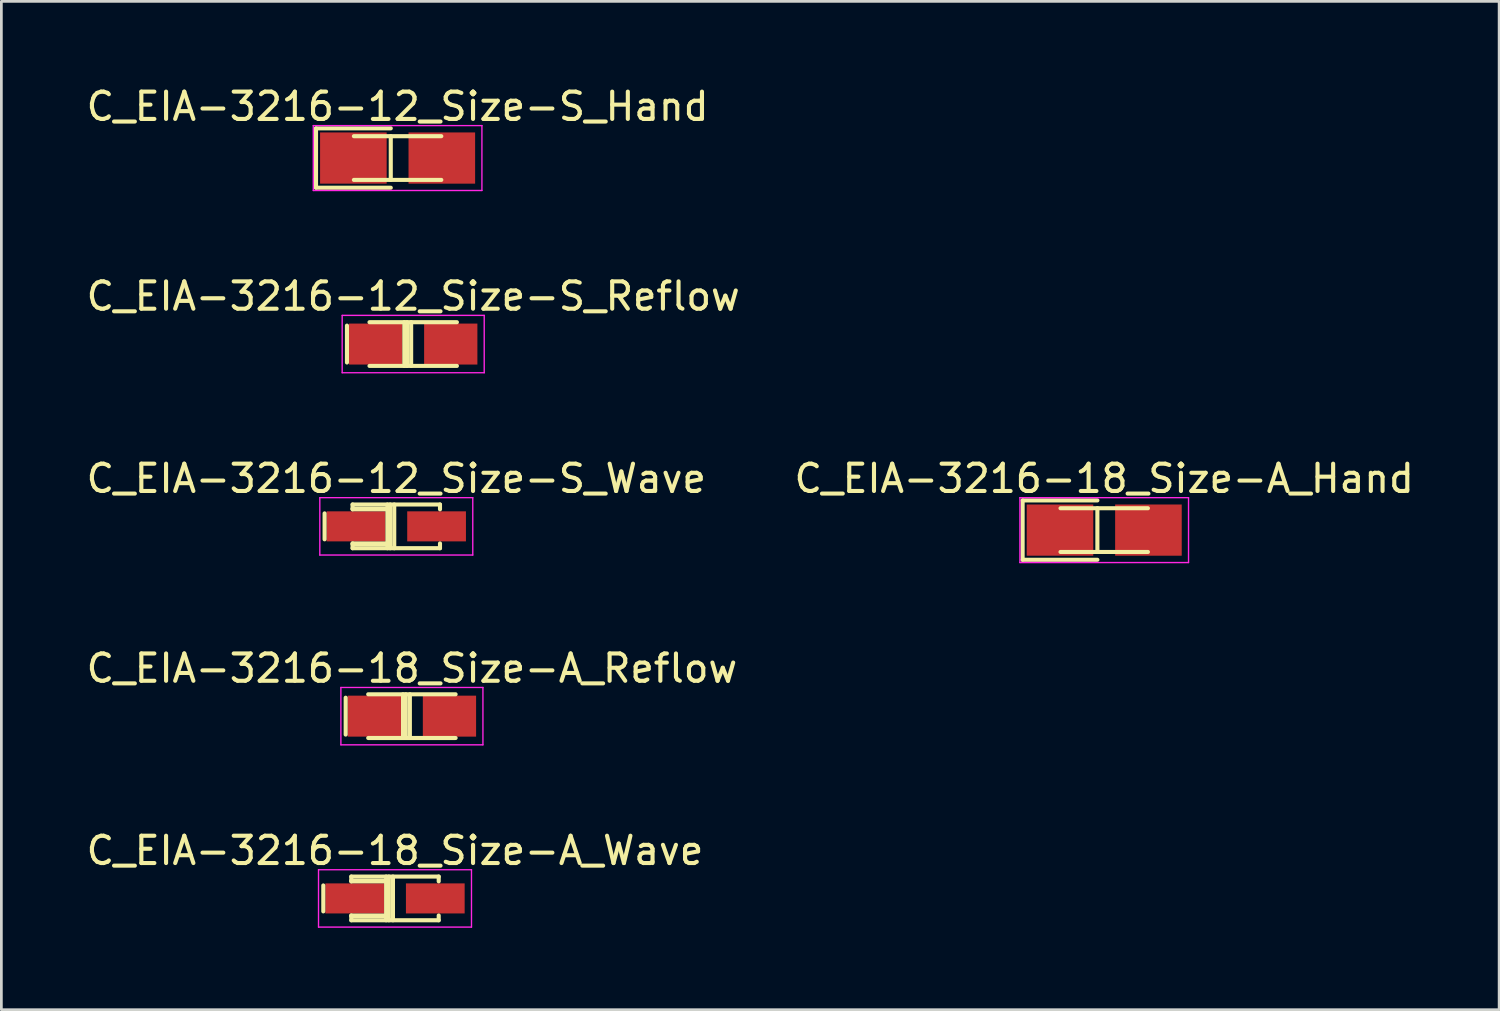
<source format=kicad_pcb>
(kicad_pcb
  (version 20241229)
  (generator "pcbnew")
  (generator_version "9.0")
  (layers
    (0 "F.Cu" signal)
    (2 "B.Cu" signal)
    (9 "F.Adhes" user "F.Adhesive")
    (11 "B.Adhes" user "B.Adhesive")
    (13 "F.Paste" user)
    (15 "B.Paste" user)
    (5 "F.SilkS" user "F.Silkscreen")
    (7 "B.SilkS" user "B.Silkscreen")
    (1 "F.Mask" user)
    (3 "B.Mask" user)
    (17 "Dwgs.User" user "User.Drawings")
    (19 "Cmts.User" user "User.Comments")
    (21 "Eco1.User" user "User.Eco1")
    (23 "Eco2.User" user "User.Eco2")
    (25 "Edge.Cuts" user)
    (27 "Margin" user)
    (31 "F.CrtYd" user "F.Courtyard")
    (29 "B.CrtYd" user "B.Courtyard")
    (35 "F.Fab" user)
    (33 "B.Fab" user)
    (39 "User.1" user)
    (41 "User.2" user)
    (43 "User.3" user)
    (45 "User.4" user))
  (footprint "C_EIA-3216-18_Size-A_Hand"
    (layer "F.Cu")
    (at 37.375 16.357)
    (property "Reference" "C_EIA-3216-18_Size-A_Hand" (at 0 -1.887 0) (layer "F.SilkS") (effects (font (size 1 1) (thickness 0.15))))
    (attr smd)
    (fp_line (start -2.987 -1.087) (end -0.25 -1.087) (stroke (width 0.15) (type solid)) (layer "F.SilkS"))
    (fp_line (start -2.987 1.087) (end -2.987 -1.087) (stroke (width 0.15) (type solid)) (layer "F.SilkS"))
    (fp_line (start -2.987 1.087) (end -0.25 1.087) (stroke (width 0.15) (type solid)) (layer "F.SilkS"))
    (fp_line (start -1.6 -0.8) (end 1.6 -0.8) (stroke (width 0.15) (type solid)) (layer "F.SilkS"))
    (fp_line (start -1.6 0.8) (end 1.6 0.8) (stroke (width 0.15) (type solid)) (layer "F.SilkS"))
    (fp_line (start -0.25 -0.8) (end -0.25 0.8) (stroke (width 0.15) (type solid)) (layer "F.SilkS"))
    (fp_line (start -3.087 -1.188) (end -3.087 1.188) (stroke (width 0.05) (type solid)) (layer "F.CrtYd"))
    (fp_line (start -3.087 -1.188) (end 3.087 -1.188) (stroke (width 0.05) (type solid)) (layer "F.CrtYd"))
    (fp_line (start -3.087 1.188) (end 3.087 1.188) (stroke (width 0.05) (type solid)) (layer "F.CrtYd"))
    (fp_line (start 3.087 -1.188) (end 3.087 1.188) (stroke (width 0.05) (type solid)) (layer "F.CrtYd"))
    (pad "1" smd rect (at -1.619 0) (size 2.438 1.875) (layers "F.Cu" "F.Mask" "F.Paste"))
    (pad "2" smd rect (at 1.619 0) (size 2.438 1.875) (layers "F.Cu" "F.Mask" "F.Paste")))
  (footprint "C_EIA-3216-18_Size-A_Reflow"
    (layer "F.Cu")
    (at 12.03 23.168)
    (property "Reference" "C_EIA-3216-18_Size-A_Reflow" (at 0 -1.75 0) (layer "F.SilkS") (effects (font (size 1 1) (thickness 0.15))))
    (attr smd)
    (fp_line (start -2.425 0.675) (end -2.425 -0.675) (stroke (width 0.15) (type solid)) (layer "F.SilkS"))
    (fp_line (start -1.6 -0.8) (end 1.6 -0.8) (stroke (width 0.15) (type solid)) (layer "F.SilkS"))
    (fp_line (start -1.6 0.8) (end 1.6 0.8) (stroke (width 0.15) (type solid)) (layer "F.SilkS"))
    (fp_line (start -0.325 -0.8) (end -0.325 0.8) (stroke (width 0.15) (type solid)) (layer "F.SilkS"))
    (fp_line (start -0.225 -0.8) (end -0.225 0.8) (stroke (width 0.15) (type solid)) (layer "F.SilkS"))
    (fp_line (start -0.075 -0.8) (end -0.075 0.8) (stroke (width 0.15) (type solid)) (layer "F.SilkS"))
    (fp_line (start -2.6 -1.05) (end -2.6 1.05) (stroke (width 0.05) (type solid)) (layer "F.CrtYd"))
    (fp_line (start -2.6 -1.05) (end 2.6 -1.05) (stroke (width 0.05) (type solid)) (layer "F.CrtYd"))
    (fp_line (start -2.6 1.05) (end 2.6 1.05) (stroke (width 0.05) (type solid)) (layer "F.CrtYd"))
    (fp_line (start 2.6 -1.05) (end 2.6 1.05) (stroke (width 0.05) (type solid)) (layer "F.CrtYd"))
    (pad "1" smd rect (at -1.375 0) (size 1.95 1.5) (layers "F.Cu" "F.Mask" "F.Paste"))
    (pad "2" smd rect (at 1.375 0) (size 1.95 1.5) (layers "F.Cu" "F.Mask" "F.Paste")))
  (footprint "C_EIA-3216-12_Size-S_Hand"
    (layer "F.Cu")
    (at 11.506 2.736)
    (property "Reference" "C_EIA-3216-12_Size-S_Hand" (at 0 -1.887 0) (layer "F.SilkS") (effects (font (size 1 1) (thickness 0.15))))
    (attr smd)
    (fp_line (start -2.987 -1.087) (end -0.25 -1.087) (stroke (width 0.15) (type solid)) (layer "F.SilkS"))
    (fp_line (start -2.987 1.087) (end -2.987 -1.087) (stroke (width 0.15) (type solid)) (layer "F.SilkS"))
    (fp_line (start -2.987 1.087) (end -0.25 1.087) (stroke (width 0.15) (type solid)) (layer "F.SilkS"))
    (fp_line (start -1.6 -0.8) (end 1.6 -0.8) (stroke (width 0.15) (type solid)) (layer "F.SilkS"))
    (fp_line (start -1.6 0.8) (end 1.6 0.8) (stroke (width 0.15) (type solid)) (layer "F.SilkS"))
    (fp_line (start -0.25 -0.8) (end -0.25 0.8) (stroke (width 0.15) (type solid)) (layer "F.SilkS"))
    (fp_line (start -3.087 -1.188) (end -3.087 1.188) (stroke (width 0.05) (type solid)) (layer "F.CrtYd"))
    (fp_line (start -3.087 -1.188) (end 3.087 -1.188) (stroke (width 0.05) (type solid)) (layer "F.CrtYd"))
    (fp_line (start -3.087 1.188) (end 3.087 1.188) (stroke (width 0.05) (type solid)) (layer "F.CrtYd"))
    (fp_line (start 3.087 -1.188) (end 3.087 1.188) (stroke (width 0.05) (type solid)) (layer "F.CrtYd"))
    (pad "1" smd rect (at -1.619 0) (size 2.438 1.875) (layers "F.Cu" "F.Mask" "F.Paste"))
    (pad "2" smd rect (at 1.619 0) (size 2.438 1.875) (layers "F.Cu" "F.Mask" "F.Paste")))
  (footprint "C_EIA-3216-12_Size-S_Wave"
    (layer "F.Cu")
    (at 11.458 16.22)
    (property "Reference" "C_EIA-3216-12_Size-S_Wave" (at 0 -1.75 0) (layer "F.SilkS") (effects (font (size 1 1) (thickness 0.15))))
    (attr smd)
    (fp_line (start -2.625 0.475) (end -2.625 -0.475) (stroke (width 0.15) (type solid)) (layer "F.SilkS"))
    (fp_line (start -1.6 -0.8) (end -1.6 -0.625) (stroke (width 0.15) (type solid)) (layer "F.SilkS"))
    (fp_line (start -1.6 -0.8) (end 1.6 -0.8) (stroke (width 0.15) (type solid)) (layer "F.SilkS"))
    (fp_line (start -1.6 -0.65) (end -0.4 -0.65) (stroke (width 0.15) (type solid)) (layer "F.SilkS"))
    (fp_line (start -1.6 -0.625) (end -0.4 -0.625) (stroke (width 0.15) (type solid)) (layer "F.SilkS"))
    (fp_line (start -1.6 0.625) (end -1.6 0.8) (stroke (width 0.15) (type solid)) (layer "F.SilkS"))
    (fp_line (start -1.6 0.625) (end -0.4 0.625) (stroke (width 0.15) (type solid)) (layer "F.SilkS"))
    (fp_line (start -1.6 0.65) (end -0.4 0.65) (stroke (width 0.15) (type solid)) (layer "F.SilkS"))
    (fp_line (start -1.6 0.8) (end 1.6 0.8) (stroke (width 0.15) (type solid)) (layer "F.SilkS"))
    (fp_line (start -0.325 -0.8) (end -0.325 0.8) (stroke (width 0.15) (type solid)) (layer "F.SilkS"))
    (fp_line (start -0.225 -0.8) (end -0.225 0.8) (stroke (width 0.15) (type solid)) (layer "F.SilkS"))
    (fp_line (start -0.075 -0.8) (end -0.075 0.8) (stroke (width 0.15) (type solid)) (layer "F.SilkS"))
    (fp_line (start 1.6 -0.8) (end 1.6 -0.625) (stroke (width 0.15) (type solid)) (layer "F.SilkS"))
    (fp_line (start 1.6 0.625) (end 1.6 0.8) (stroke (width 0.15) (type solid)) (layer "F.SilkS"))
    (fp_line (start -2.8 -1.05) (end -2.8 1.05) (stroke (width 0.05) (type solid)) (layer "F.CrtYd"))
    (fp_line (start -2.8 -1.05) (end 2.8 -1.05) (stroke (width 0.05) (type solid)) (layer "F.CrtYd"))
    (fp_line (start -2.8 1.05) (end 2.8 1.05) (stroke (width 0.05) (type solid)) (layer "F.CrtYd"))
    (fp_line (start 2.8 -1.05) (end 2.8 1.05) (stroke (width 0.05) (type solid)) (layer "F.CrtYd"))
    (pad "1" smd rect (at -1.475 0) (size 2.15 1.1) (layers "F.Cu" "F.Mask" "F.Paste"))
    (pad "2" smd rect (at 1.475 0) (size 2.15 1.1) (layers "F.Cu" "F.Mask" "F.Paste")))
  (footprint "C_EIA-3216-12_Size-S_Reflow"
    (layer "F.Cu")
    (at 12.077 9.546)
    (property "Reference" "C_EIA-3216-12_Size-S_Reflow" (at 0 -1.75 0) (layer "F.SilkS") (effects (font (size 1 1) (thickness 0.15))))
    (attr smd)
    (fp_line (start -2.425 0.675) (end -2.425 -0.675) (stroke (width 0.15) (type solid)) (layer "F.SilkS"))
    (fp_line (start -1.6 -0.8) (end 1.6 -0.8) (stroke (width 0.15) (type solid)) (layer "F.SilkS"))
    (fp_line (start -1.6 0.8) (end 1.6 0.8) (stroke (width 0.15) (type solid)) (layer "F.SilkS"))
    (fp_line (start -0.325 -0.8) (end -0.325 0.8) (stroke (width 0.15) (type solid)) (layer "F.SilkS"))
    (fp_line (start -0.225 -0.8) (end -0.225 0.8) (stroke (width 0.15) (type solid)) (layer "F.SilkS"))
    (fp_line (start -0.075 -0.8) (end -0.075 0.8) (stroke (width 0.15) (type solid)) (layer "F.SilkS"))
    (fp_line (start -2.6 -1.05) (end -2.6 1.05) (stroke (width 0.05) (type solid)) (layer "F.CrtYd"))
    (fp_line (start -2.6 -1.05) (end 2.6 -1.05) (stroke (width 0.05) (type solid)) (layer "F.CrtYd"))
    (fp_line (start -2.6 1.05) (end 2.6 1.05) (stroke (width 0.05) (type solid)) (layer "F.CrtYd"))
    (fp_line (start 2.6 -1.05) (end 2.6 1.05) (stroke (width 0.05) (type solid)) (layer "F.CrtYd"))
    (pad "1" smd rect (at -1.375 0) (size 1.95 1.5) (layers "F.Cu" "F.Mask" "F.Paste"))
    (pad "2" smd rect (at 1.375 0) (size 1.95 1.5) (layers "F.Cu" "F.Mask" "F.Paste")))
  (footprint "C_EIA-3216-18_Size-A_Wave"
    (layer "F.Cu")
    (at 11.411 29.841)
    (property "Reference" "C_EIA-3216-18_Size-A_Wave" (at 0 -1.75 0) (layer "F.SilkS") (effects (font (size 1 1) (thickness 0.15))))
    (attr smd)
    (fp_line (start -2.625 0.475) (end -2.625 -0.475) (stroke (width 0.15) (type solid)) (layer "F.SilkS"))
    (fp_line (start -1.6 -0.8) (end -1.6 -0.625) (stroke (width 0.15) (type solid)) (layer "F.SilkS"))
    (fp_line (start -1.6 -0.8) (end 1.6 -0.8) (stroke (width 0.15) (type solid)) (layer "F.SilkS"))
    (fp_line (start -1.6 -0.65) (end -0.4 -0.65) (stroke (width 0.15) (type solid)) (layer "F.SilkS"))
    (fp_line (start -1.6 -0.625) (end -0.4 -0.625) (stroke (width 0.15) (type solid)) (layer "F.SilkS"))
    (fp_line (start -1.6 0.625) (end -1.6 0.8) (stroke (width 0.15) (type solid)) (layer "F.SilkS"))
    (fp_line (start -1.6 0.625) (end -0.4 0.625) (stroke (width 0.15) (type solid)) (layer "F.SilkS"))
    (fp_line (start -1.6 0.65) (end -0.4 0.65) (stroke (width 0.15) (type solid)) (layer "F.SilkS"))
    (fp_line (start -1.6 0.8) (end 1.6 0.8) (stroke (width 0.15) (type solid)) (layer "F.SilkS"))
    (fp_line (start -0.325 -0.8) (end -0.325 0.8) (stroke (width 0.15) (type solid)) (layer "F.SilkS"))
    (fp_line (start -0.225 -0.8) (end -0.225 0.8) (stroke (width 0.15) (type solid)) (layer "F.SilkS"))
    (fp_line (start -0.075 -0.8) (end -0.075 0.8) (stroke (width 0.15) (type solid)) (layer "F.SilkS"))
    (fp_line (start 1.6 -0.8) (end 1.6 -0.625) (stroke (width 0.15) (type solid)) (layer "F.SilkS"))
    (fp_line (start 1.6 0.625) (end 1.6 0.8) (stroke (width 0.15) (type solid)) (layer "F.SilkS"))
    (fp_line (start -2.8 -1.05) (end -2.8 1.05) (stroke (width 0.05) (type solid)) (layer "F.CrtYd"))
    (fp_line (start -2.8 -1.05) (end 2.8 -1.05) (stroke (width 0.05) (type solid)) (layer "F.CrtYd"))
    (fp_line (start -2.8 1.05) (end 2.8 1.05) (stroke (width 0.05) (type solid)) (layer "F.CrtYd"))
    (fp_line (start 2.8 -1.05) (end 2.8 1.05) (stroke (width 0.05) (type solid)) (layer "F.CrtYd"))
    (pad "1" smd rect (at -1.475 0) (size 2.15 1.1) (layers "F.Cu" "F.Mask" "F.Paste"))
    (pad "2" smd rect (at 1.475 0) (size 2.15 1.1) (layers "F.Cu" "F.Mask" "F.Paste")))
  (gr_rect
    (start -3 -3)
    (end 51.833 33.916)
    (stroke (width 0.1) (type default))
    (fill no)
    (layer "Edge.Cuts")))
</source>
